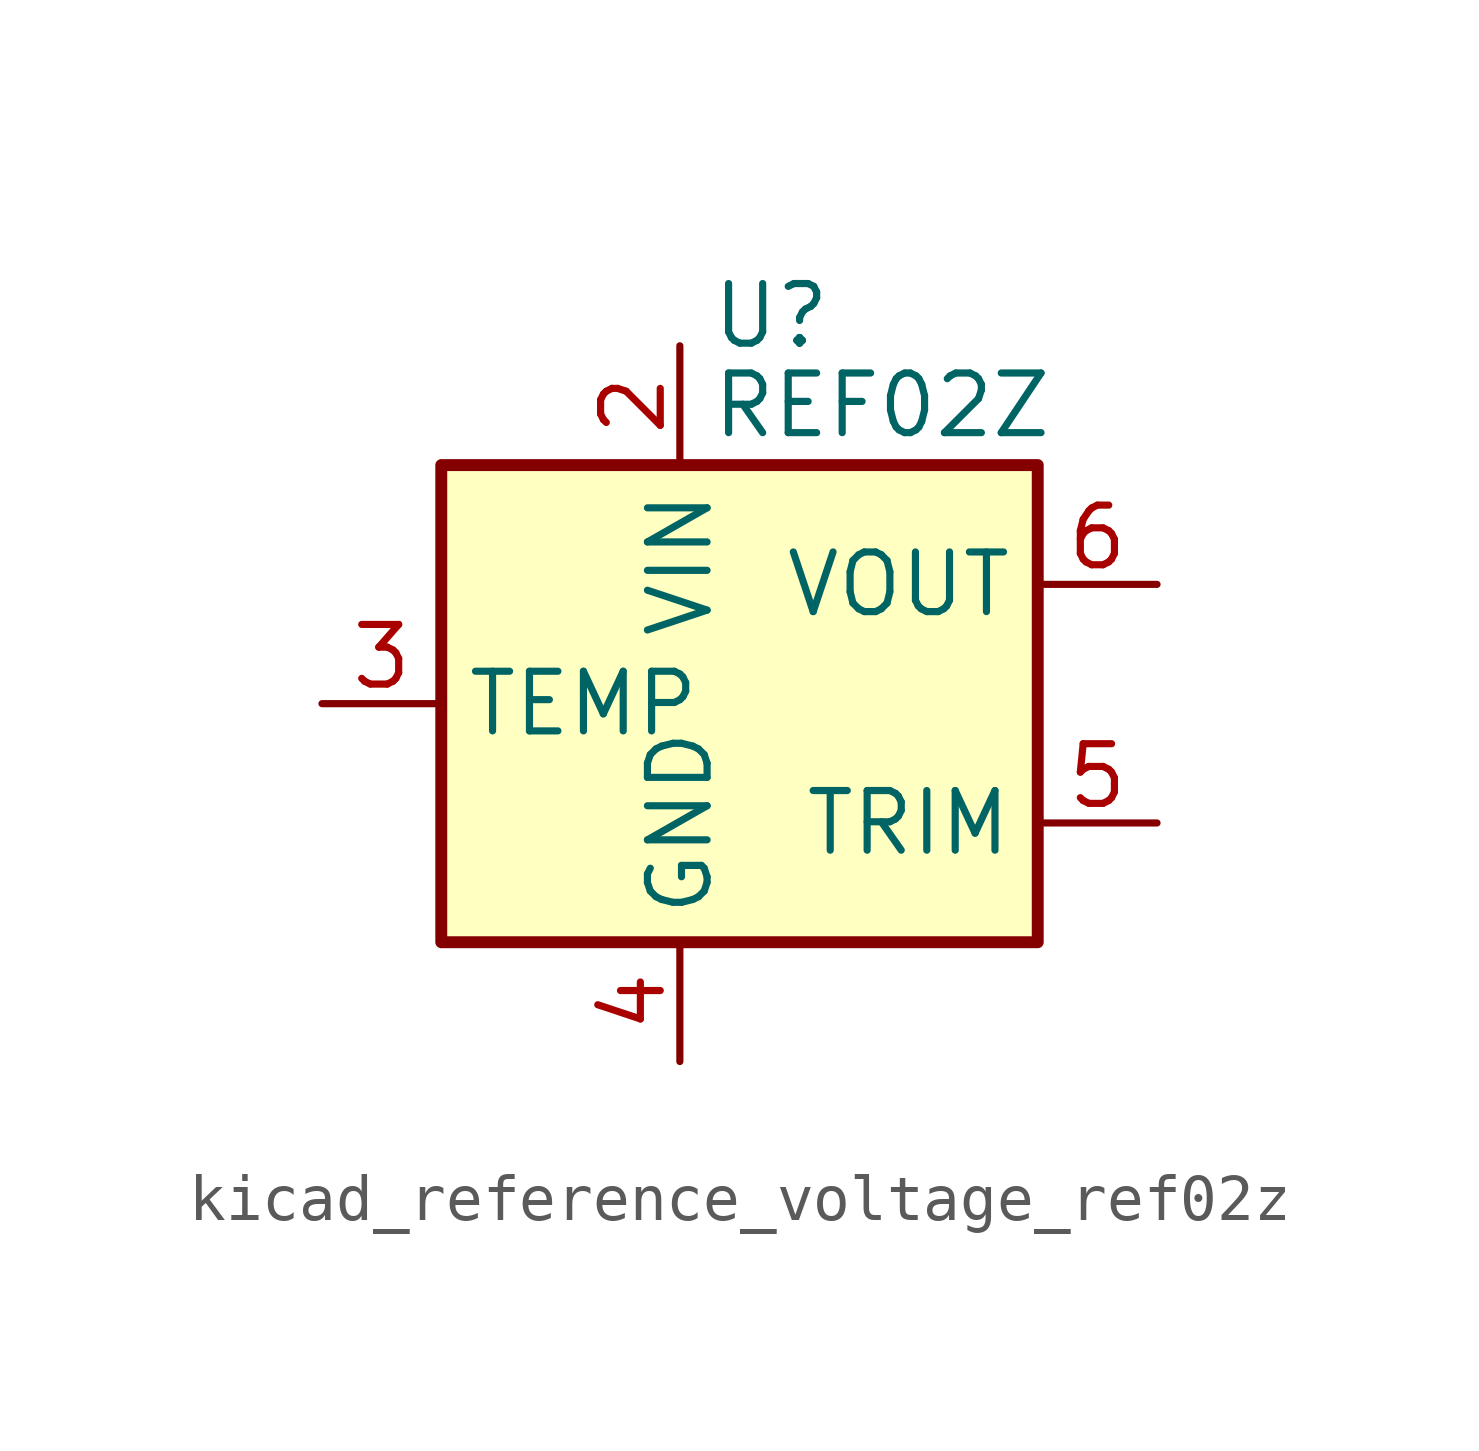
<source format=kicad_sym>
(kicad_symbol_lib
  (version 20220914)
  (generator kicad_symbol_editor)
  (symbol "kicad_reference_voltage_ref02z"
    (property "Reference" "U"
      (at 0.635 8.255 0)
      (effects (font (size 1.27 1.27)) (justify left)))
    (property "Value" "REF02Z"
      (at 0.635 6.35 0)
      (effects (font (size 1.27 1.27)) (justify left)))
    (symbol "kicad_reference_voltage_ref02z_0_1"
      (rectangle (start -5.08 5.08) (end 7.62 -5.08) (stroke (width 0.254) (type default)) (fill (type background))))
    (symbol "kicad_reference_voltage_ref02z_1_1"
      (pin no_connect line (at 2.54 -5.08 90) (length 2.54) hide (name "NC" (effects (font (size 1.27 1.27)))) (number "1" (effects (font (size 1.27 1.27)))))
      (pin power_in line (at 0 7.62 270) (length 2.54) (name "VIN" (effects (font (size 1.27 1.27)))) (number "2" (effects (font (size 1.27 1.27)))))
      (pin passive line (at -7.62 0 0) (length 2.54) (name "TEMP" (effects (font (size 1.27 1.27)))) (number "3" (effects (font (size 1.27 1.27)))))
      (pin power_in line (at 0 -7.62 90) (length 2.54) (name "GND" (effects (font (size 1.27 1.27)))) (number "4" (effects (font (size 1.27 1.27)))))
      (pin passive line (at 10.16 -2.54 180) (length 2.54) (name "TRIM" (effects (font (size 1.27 1.27)))) (number "5" (effects (font (size 1.27 1.27)))))
      (pin power_out line (at 10.16 2.54 180) (length 2.54) (name "VOUT" (effects (font (size 1.27 1.27)))) (number "6" (effects (font (size 1.27 1.27)))))
      (pin no_connect line (at -2.54 -5.08 90) (length 2.54) hide (name "NC" (effects (font (size 1.27 1.27)))) (number "7" (effects (font (size 1.27 1.27)))))
      (pin no_connect line (at 7.62 0 180) (length 2.54) hide (name "NC" (effects (font (size 1.27 1.27)))) (number "8" (effects (font (size 1.27 1.27))))))))
</source>
